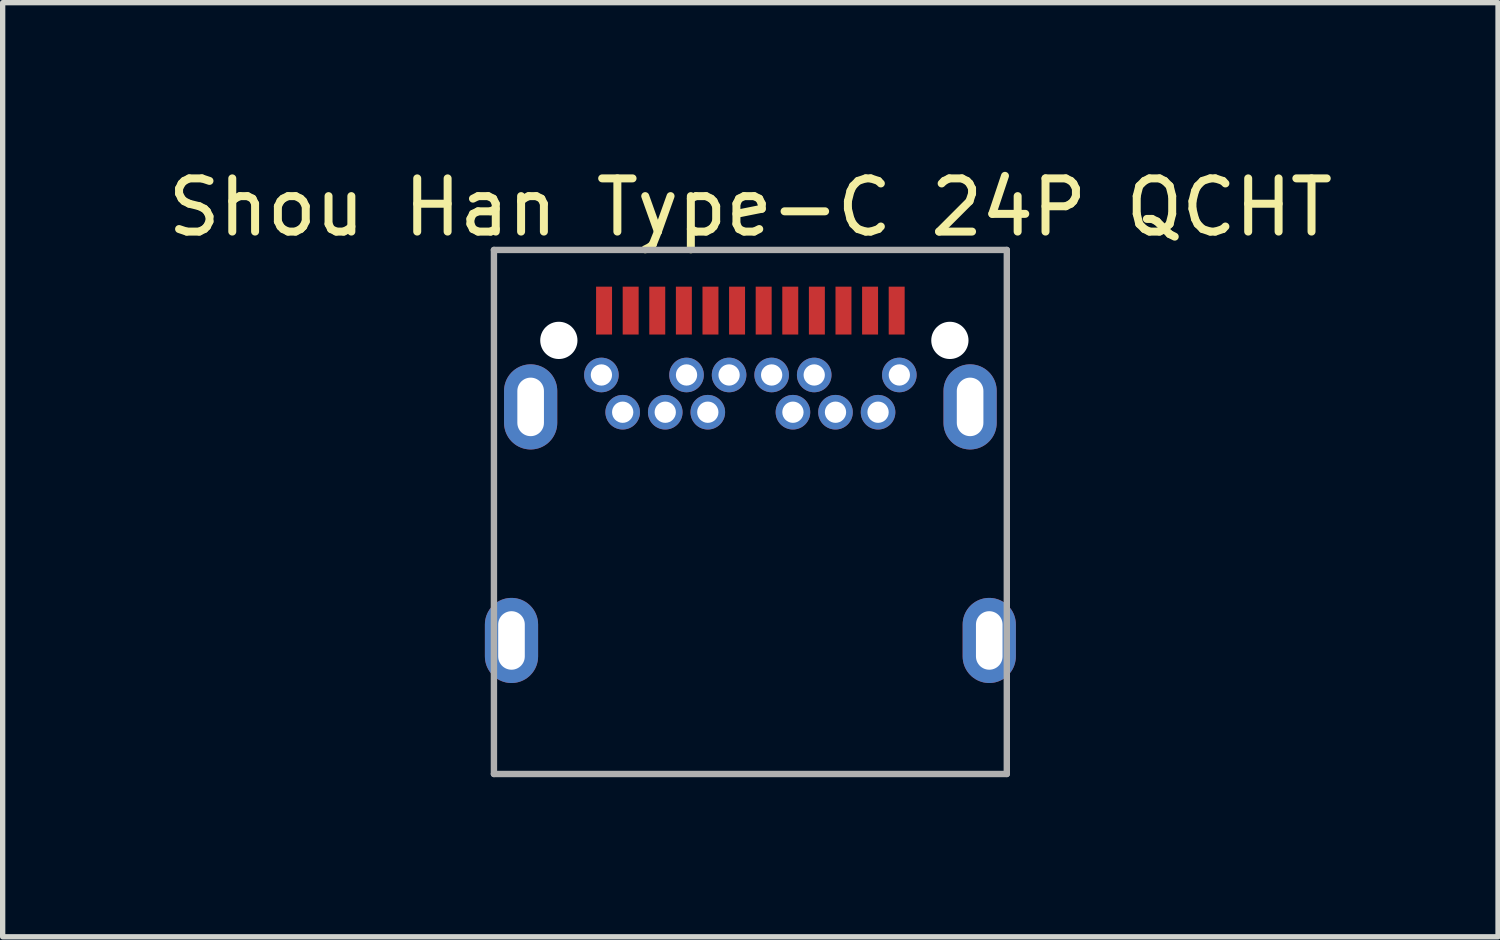
<source format=kicad_pcb>
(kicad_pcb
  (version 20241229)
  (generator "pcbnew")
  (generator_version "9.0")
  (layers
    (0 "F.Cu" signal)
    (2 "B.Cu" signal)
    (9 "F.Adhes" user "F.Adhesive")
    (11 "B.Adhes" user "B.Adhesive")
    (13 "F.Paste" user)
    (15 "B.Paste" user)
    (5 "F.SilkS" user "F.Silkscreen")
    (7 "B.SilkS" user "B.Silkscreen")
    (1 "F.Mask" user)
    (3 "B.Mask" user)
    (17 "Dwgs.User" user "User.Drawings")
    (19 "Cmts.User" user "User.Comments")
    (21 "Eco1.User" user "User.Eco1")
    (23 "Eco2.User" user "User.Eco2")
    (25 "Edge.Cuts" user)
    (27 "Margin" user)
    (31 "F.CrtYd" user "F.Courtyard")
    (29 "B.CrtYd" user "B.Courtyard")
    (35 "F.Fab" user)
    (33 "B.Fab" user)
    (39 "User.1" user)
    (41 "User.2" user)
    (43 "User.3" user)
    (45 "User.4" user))
  (footprint "Shou Han Type-C 24P QCHT"
    (layer "F.Cu")
    (at 11.054 10.848)
    (property "Reference" "Shou Han Type-C 24P QCHT" (at 0 -10 0) (layer "F.SilkS") (effects (font (size 1 1) (thickness 0.15))))
    (attr through_hole)
    (fp_line (start -4.82 -9.2) (end -4.82 0.65) (stroke (width 0.12) (type solid)) (layer "F.Fab"))
    (fp_line (start -4.82 0.65) (end 4.82 0.65) (stroke (width 0.12) (type solid)) (layer "F.Fab"))
    (fp_line (start 4.82 -9.2) (end -4.82 -9.2) (stroke (width 0.12) (type solid)) (layer "F.Fab"))
    (fp_line (start 4.82 0.65) (end 4.82 -9.2) (stroke (width 0.12) (type solid)) (layer "F.Fab"))
    (pad "" np_thru_hole circle (at -3.6 -7.5) (size 0.7 0.7) (drill 0.7) (layers "*.Cu" "*.Mask"))
    (pad "" np_thru_hole circle (at 3.75 -7.5) (size 0.7 0.7) (drill 0.7) (layers "*.Cu" "*.Mask"))
    (pad "A1" smd rect (at -2.75 -8.06) (size 0.3 0.9) (layers "F.Cu" "F.Mask" "F.Paste"))
    (pad "A2" smd rect (at -2.25 -8.06) (size 0.3 0.9) (layers "F.Cu" "F.Mask" "F.Paste"))
    (pad "A3" smd rect (at -1.75 -8.06) (size 0.3 0.9) (layers "F.Cu" "F.Mask" "F.Paste"))
    (pad "A4" smd rect (at -1.25 -8.06) (size 0.3 0.9) (layers "F.Cu" "F.Mask" "F.Paste"))
    (pad "A5" smd rect (at -0.75 -8.06) (size 0.3 0.9) (layers "F.Cu" "F.Mask" "F.Paste"))
    (pad "A6" smd rect (at -0.25 -8.06) (size 0.3 0.9) (layers "F.Cu" "F.Mask" "F.Paste"))
    (pad "A7" smd rect (at 0.25 -8.06) (size 0.3 0.9) (layers "F.Cu" "F.Mask" "F.Paste"))
    (pad "A8" smd rect (at 0.75 -8.06) (size 0.3 0.9) (layers "F.Cu" "F.Mask" "F.Paste"))
    (pad "A9" smd rect (at 1.25 -8.06) (size 0.3 0.9) (layers "F.Cu" "F.Mask" "F.Paste"))
    (pad "A10" smd rect (at 1.75 -8.06) (size 0.3 0.9) (layers "F.Cu" "F.Mask" "F.Paste"))
    (pad "A11" smd rect (at 2.25 -8.06) (size 0.3 0.9) (layers "F.Cu" "F.Mask" "F.Paste"))
    (pad "A12" smd rect (at 2.75 -8.06) (size 0.3 0.9) (layers "F.Cu" "F.Mask" "F.Paste"))
    (pad "B1" thru_hole circle (at 2.8 -6.85) (size 0.65 0.65) (drill 0.4) (layers "*.Cu" "*.Mask"))
    (pad "B2" thru_hole circle (at 2.4 -6.15) (size 0.65 0.65) (drill 0.4) (layers "*.Cu" "*.Mask"))
    (pad "B3" thru_hole circle (at 1.6 -6.15) (size 0.65 0.65) (drill 0.4) (layers "*.Cu" "*.Mask"))
    (pad "B4" thru_hole circle (at 1.2 -6.85) (size 0.65 0.65) (drill 0.4) (layers "*.Cu" "*.Mask"))
    (pad "B5" thru_hole circle (at 0.8 -6.15) (size 0.65 0.65) (drill 0.4) (layers "*.Cu" "*.Mask"))
    (pad "B6" thru_hole circle (at 0.4 -6.85) (size 0.65 0.65) (drill 0.4) (layers "*.Cu" "*.Mask"))
    (pad "B7" thru_hole circle (at -0.4 -6.85) (size 0.65 0.65) (drill 0.4) (layers "*.Cu" "*.Mask"))
    (pad "B8" thru_hole circle (at -0.8 -6.15) (size 0.65 0.65) (drill 0.4) (layers "*.Cu" "*.Mask"))
    (pad "B9" thru_hole circle (at -1.2 -6.85) (size 0.65 0.65) (drill 0.4) (layers "*.Cu" "*.Mask"))
    (pad "B10" thru_hole circle (at -1.6 -6.15) (size 0.65 0.65) (drill 0.4) (layers "*.Cu" "*.Mask"))
    (pad "B11" thru_hole circle (at -2.4 -6.15) (size 0.65 0.65) (drill 0.4) (layers "*.Cu" "*.Mask"))
    (pad "B12" thru_hole circle (at -2.8 -6.85) (size 0.65 0.65) (drill 0.4) (layers "*.Cu" "*.Mask"))
    (pad "S1" thru_hole oval (at -4.49 -1.86) (size 1 1.6) (drill oval 0.5 1.1) (layers "*.Cu" "*.Mask"))
    (pad "S1" thru_hole oval (at -4.13 -6.25) (size 1 1.6) (drill oval 0.5 1.1) (layers "*.Cu" "*.Mask"))
    (pad "S1" thru_hole oval (at 4.13 -6.25) (size 1 1.6) (drill oval 0.5 1.1) (layers "*.Cu" "*.Mask"))
    (pad "S1" thru_hole oval (at 4.49 -1.86) (size 1 1.6) (drill oval 0.5 1.1) (layers "*.Cu" "*.Mask")))
  (gr_rect
    (start -3 -3)
    (end 25.107 14.558)
    (stroke (width 0.1) (type default))
    (fill no)
    (layer "Edge.Cuts")))
</source>
